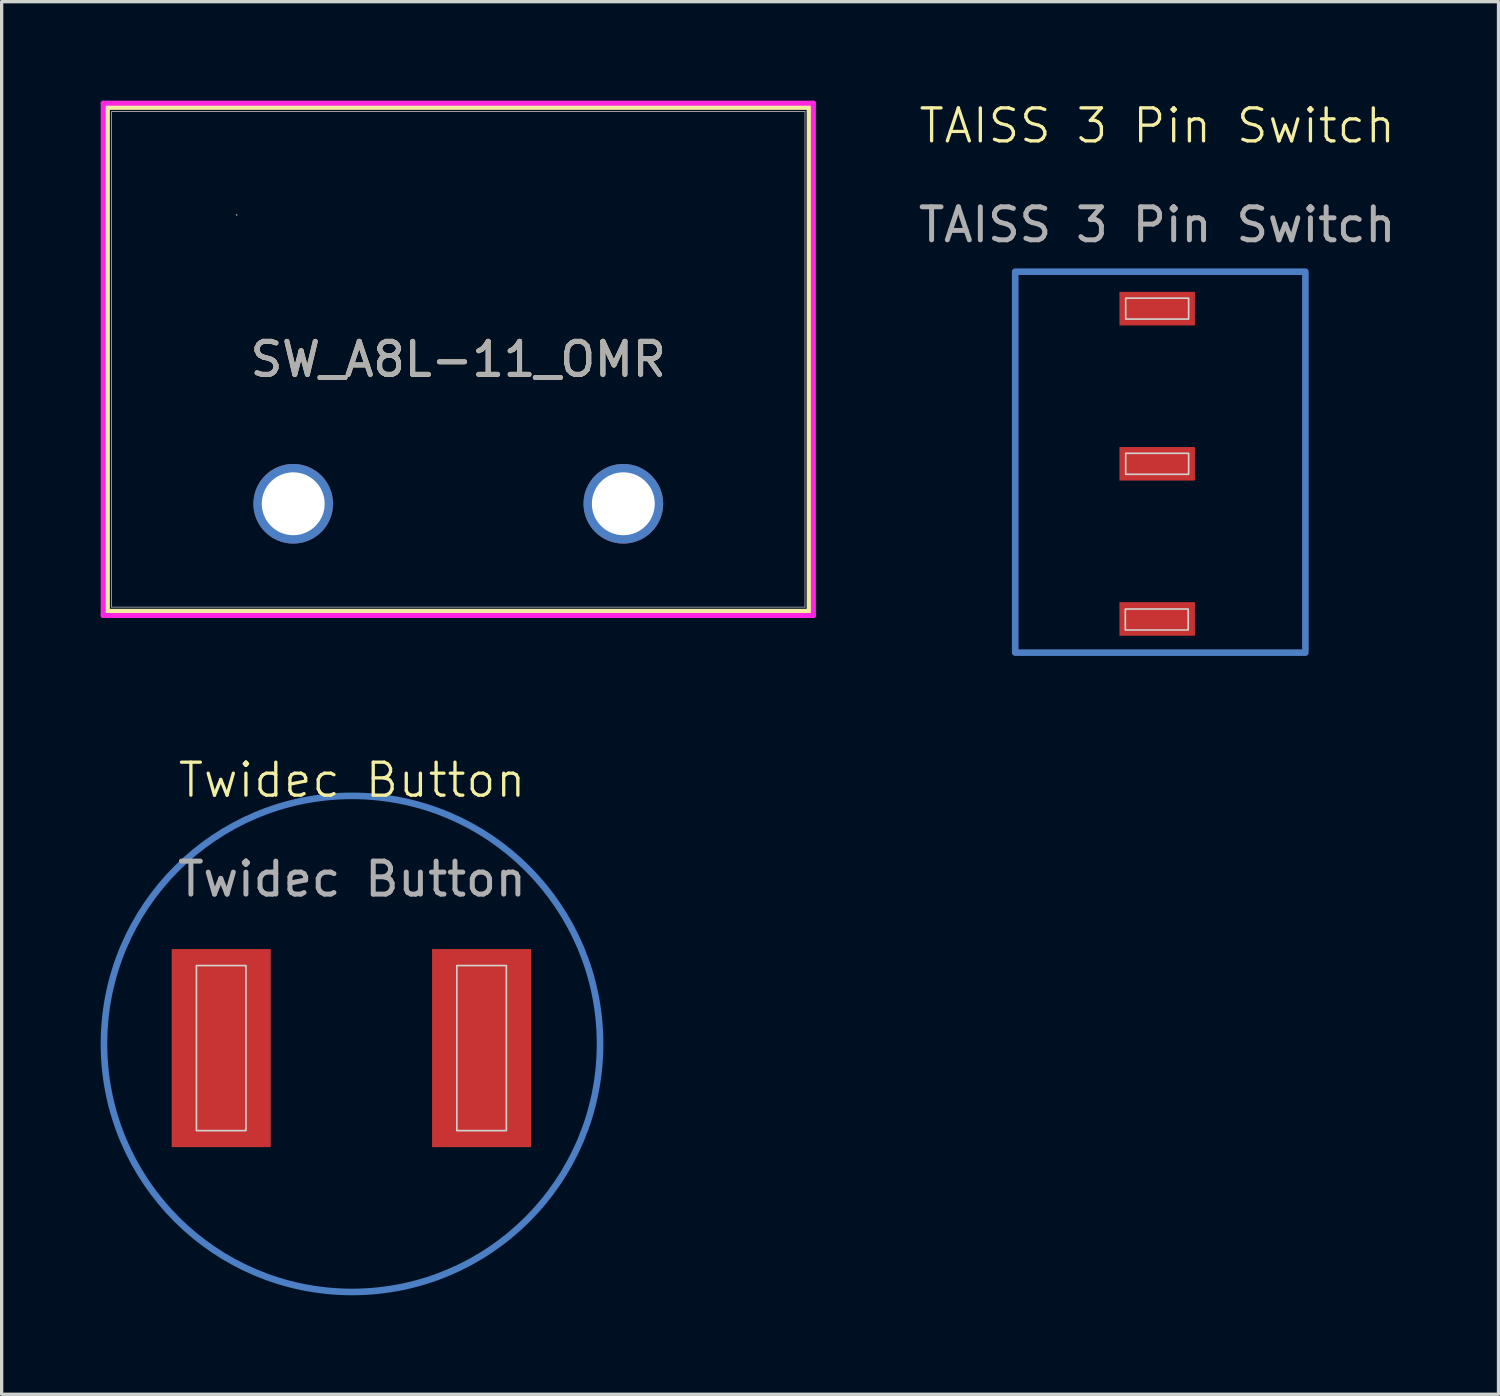
<source format=kicad_pcb>
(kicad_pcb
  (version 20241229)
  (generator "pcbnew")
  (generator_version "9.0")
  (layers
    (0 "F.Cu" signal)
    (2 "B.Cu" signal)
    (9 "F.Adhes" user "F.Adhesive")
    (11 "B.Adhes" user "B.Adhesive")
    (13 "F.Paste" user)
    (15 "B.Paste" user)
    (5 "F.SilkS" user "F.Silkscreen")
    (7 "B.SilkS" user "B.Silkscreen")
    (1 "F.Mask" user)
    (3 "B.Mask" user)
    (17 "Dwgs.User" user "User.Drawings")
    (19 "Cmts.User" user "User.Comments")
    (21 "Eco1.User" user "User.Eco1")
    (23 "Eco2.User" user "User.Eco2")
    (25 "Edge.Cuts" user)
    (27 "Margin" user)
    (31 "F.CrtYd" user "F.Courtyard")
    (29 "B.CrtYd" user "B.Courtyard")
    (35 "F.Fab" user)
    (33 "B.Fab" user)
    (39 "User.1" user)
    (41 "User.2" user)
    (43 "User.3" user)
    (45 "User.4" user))
  (footprint "Twidec Button"
    (layer "F.Cu")
    (at 7.614 21.081)
    (property "Reference" "Twidec Button" (at 0 -0.5 0) (unlocked yes) (layer "F.SilkS") (effects (font (size 1 1) (thickness 0.1))))
    (attr smd)
    (fp_circle (center 0 7.493) (end 6.477 3.683) (stroke (width 0.2) (type default)) (fill no) (layer "B.Cu"))
    (fp_rect (start -4.713 5.12) (end -3.213 10.12) (stroke (width 0.05) (type default)) (fill no) (layer "Edge.Cuts"))
    (fp_rect (start 3.175 5.12) (end 4.675 10.12) (stroke (width 0.05) (type default)) (fill no) (layer "Edge.Cuts"))
    (fp_text user "${REFERENCE}" (at 0 2.5 0) (unlocked yes) (layer "F.Fab") (effects (font (size 1 1) (thickness 0.15))))
    (pad "1" smd rect (at -3.963 7.62) (size 3 6) (layers "F.Cu" "F.Mask" "F.Paste"))
    (pad "2" smd rect (at 3.925 7.62) (size 3 6) (layers "F.Cu" "F.Mask" "F.Paste")))
  (footprint "SW_A8L-11_OMR"
    (layer "F.Cu")
    (at 5.833 3.461)
    (property "Reference" "SW_A8L-11_OMR" (at 5 4.375 0) (unlocked yes) (layer "F.SilkS") (effects (font (size 1 1) (thickness 0.15))))
    (attr through_hole)
    (fp_line (start -5.63 -3.258) (end -5.63 12.008) (stroke (width 0.152) (type solid)) (layer "F.SilkS"))
    (fp_line (start 15.63 -3.258) (end -5.63 -3.258) (stroke (width 0.152) (type solid)) (layer "F.SilkS"))
    (fp_line (start 15.63 -3.258) (end 15.63 12.008) (stroke (width 0.152) (type solid)) (layer "F.SilkS"))
    (fp_line (start 15.63 12.008) (end -5.63 12.008) (stroke (width 0.152) (type solid)) (layer "F.SilkS"))
    (fp_line (start -5.757 -3.385) (end 15.757 -3.385) (stroke (width 0.152) (type solid)) (layer "F.CrtYd"))
    (fp_line (start -5.757 12.135) (end -5.757 -3.385) (stroke (width 0.152) (type solid)) (layer "F.CrtYd"))
    (fp_line (start 15.757 -3.385) (end 15.757 12.135) (stroke (width 0.152) (type solid)) (layer "F.CrtYd"))
    (fp_line (start 15.757 12.135) (end -5.757 12.135) (stroke (width 0.152) (type solid)) (layer "F.CrtYd"))
    (fp_line (start -5.503 -3.131) (end -5.503 11.881) (stroke (width 0.025) (type solid)) (layer "F.Fab"))
    (fp_line (start 15.503 -3.131) (end -5.503 -3.131) (stroke (width 0.025) (type solid)) (layer "F.Fab"))
    (fp_line (start 15.503 -3.131) (end 15.503 11.881) (stroke (width 0.025) (type solid)) (layer "F.Fab"))
    (fp_line (start 15.503 11.881) (end -5.503 11.881) (stroke (width 0.025) (type solid)) (layer "F.Fab"))
    (fp_circle (center -1.714 0) (end -1.714 0) (stroke (width 0.025) (type solid)) (fill no) (layer "F.Fab"))
    (fp_text user "${REFERENCE}" (at 5 4.375 0) (unlocked yes) (layer "F.Fab") (effects (font (size 1 1) (thickness 0.15))))
    (pad "1" thru_hole circle (at 0 8.75) (size 2.413 2.413) (drill 1.905) (layers "*.Cu" "*.Mask"))
    (pad "2" thru_hole circle (at 10 8.75) (size 2.413 2.413) (drill 1.905) (layers "*.Cu" "*.Mask")))
  (footprint "TAISS 3 Pin Switch"
    (layer "F.Cu")
    (at 32.005 11.38)
    (property "Reference" "TAISS 3 Pin Switch" (at 0 -10.62 0) (unlocked yes) (layer "F.SilkS") (effects (font (size 1 1) (thickness 0.1))))
    (attr through_hole)
    (fp_rect (start -4.3 -6.2) (end 4.49 5.34) (stroke (width 0.2) (type default)) (fill no) (layer "B.Cu"))
    (fp_rect (start -0.965 4.02) (end 0.94 4.655) (stroke (width 0.05) (type default)) (fill no) (layer "Edge.Cuts"))
    (fp_rect (start -0.953 -5.397) (end 0.953 -4.763) (stroke (width 0.05) (type default)) (fill no) (layer "Edge.Cuts"))
    (fp_rect (start -0.953 -0.698) (end 0.953 -0.062) (stroke (width 0.05) (type default)) (fill no) (layer "Edge.Cuts"))
    (fp_text user "${REFERENCE}" (at 0 -7.62 0) (unlocked yes) (layer "F.Fab") (effects (font (size 1 1) (thickness 0.15))))
    (pad "1" smd rect (at 0 -5.08) (size 2.286 1.016) (layers "F.Cu" "F.Mask" "F.Paste"))
    (pad "2" smd rect (at 0 -0.38) (size 2.286 1.016) (layers "F.Cu" "F.Mask" "F.Paste"))
    (pad "3" smd rect (at 0 4.32) (size 2.286 1.016) (layers "F.Cu" "F.Mask" "F.Paste")))
  (gr_rect
    (start -3 -3)
    (end 42.345 39.188)
    (stroke (width 0.1) (type default))
    (fill no)
    (layer "Edge.Cuts")))
</source>
